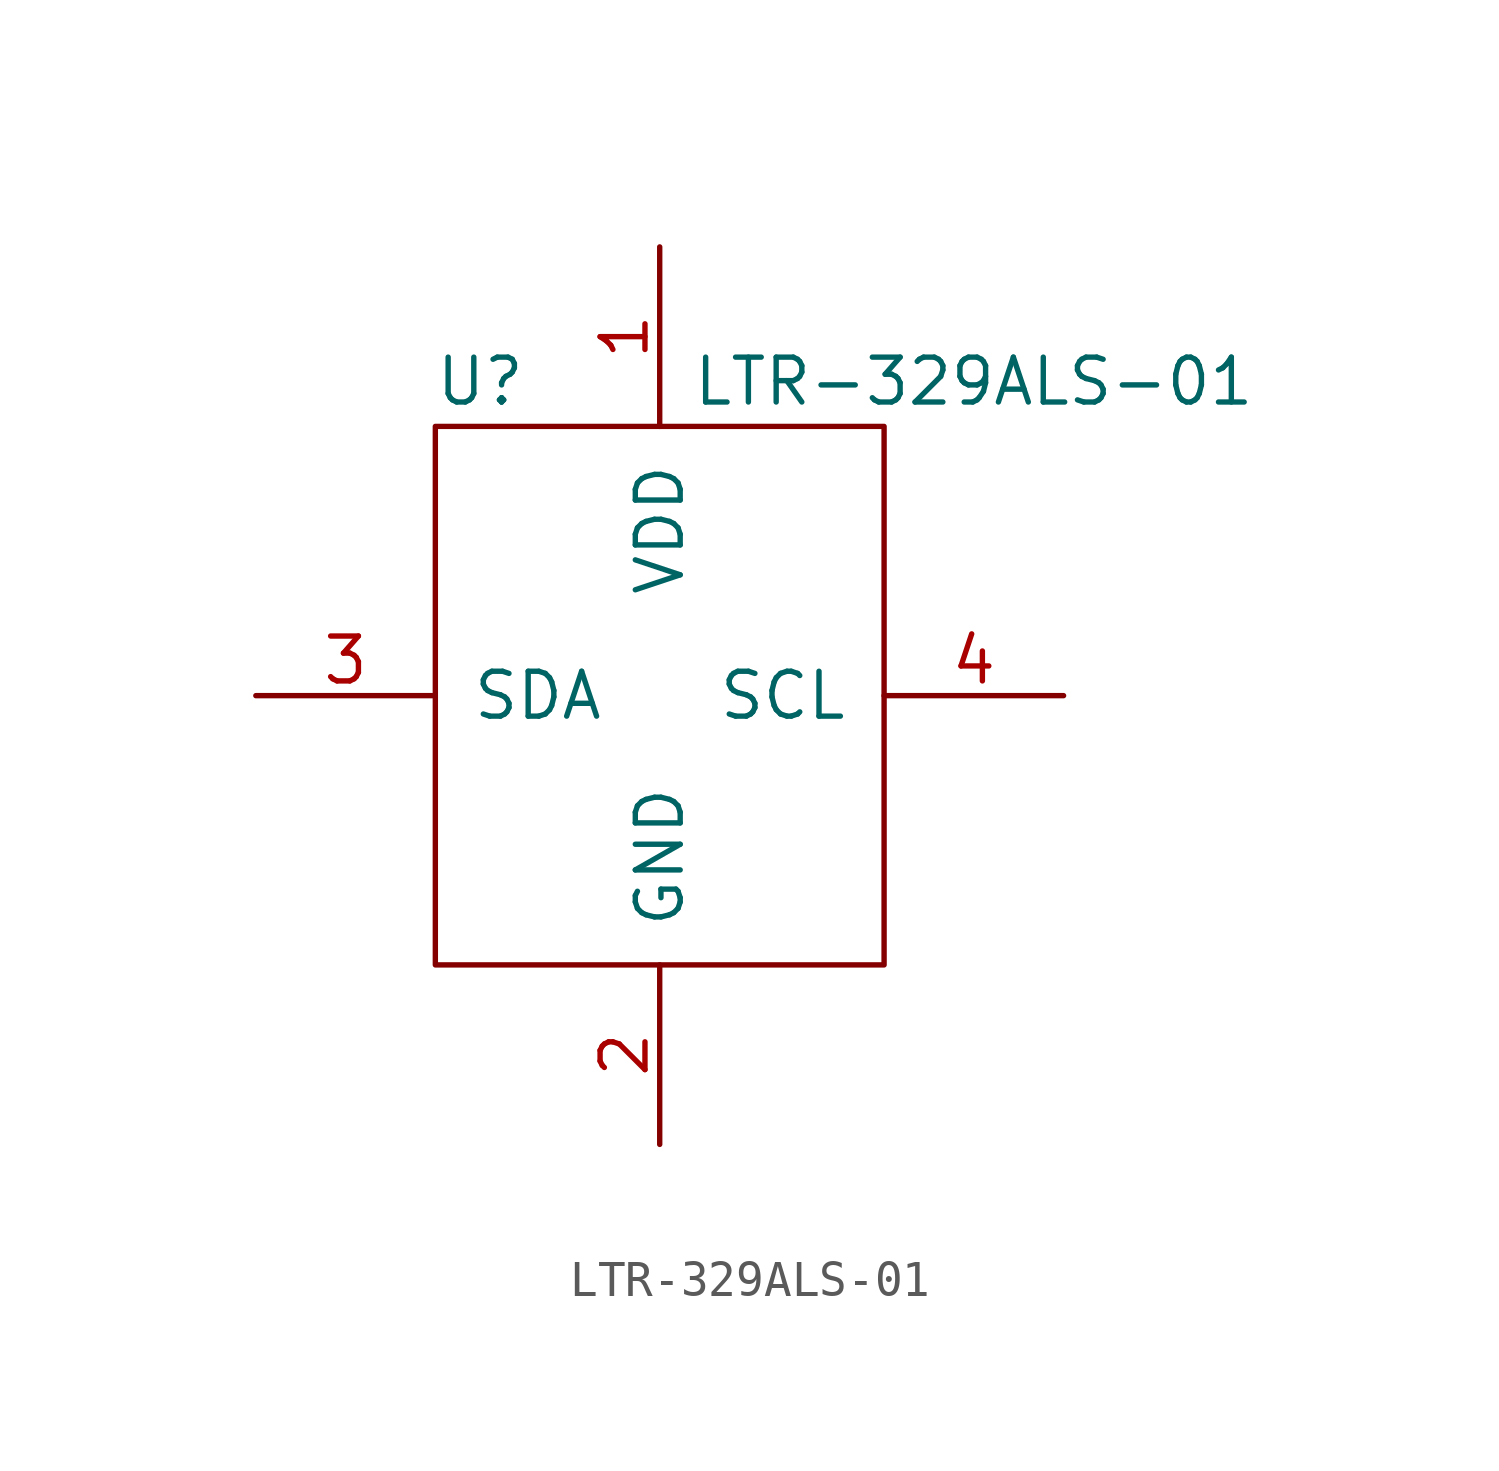
<source format=kicad_sym>
(kicad_symbol_lib
  (version 20231120)
  (generator "kicad_symbol_editor")
  (generator_version "8.0")
  (symbol "LTR-329ALS-01"
    (pin_names
      (offset 1.016))
    (property "Reference" "U"
      (at -5.08 8.89 0)
      (effects (font (size 1.27 1.27))))
    (property "Value" "LTR-329ALS-01"
      (at 8.89 8.89 0)
      (effects (font (size 1.27 1.27))))
    (symbol "LTR-329ALS-01_0_1"
      (rectangle (start -6.35 7.62) (end 6.35 -7.62) (stroke (width 0) (type default)) (fill (type none))))
    (symbol "LTR-329ALS-01_1_1"
      (pin power_in line (at 0 12.7 270) (length 5.08) (name "VDD" (effects (font (size 1.27 1.27)))) (number "1" (effects (font (size 1.27 1.27)))))
      (pin power_in line (at 0 -12.7 90) (length 5.08) (name "GND" (effects (font (size 1.27 1.27)))) (number "2" (effects (font (size 1.27 1.27)))))
      (pin bidirectional line (at -11.43 0 0) (length 5.08) (name "SDA" (effects (font (size 1.27 1.27)))) (number "3" (effects (font (size 1.27 1.27)))))
      (pin bidirectional line (at 11.43 0 180) (length 5.08) (name "SCL" (effects (font (size 1.27 1.27)))) (number "4" (effects (font (size 1.27 1.27))))))))
</source>
